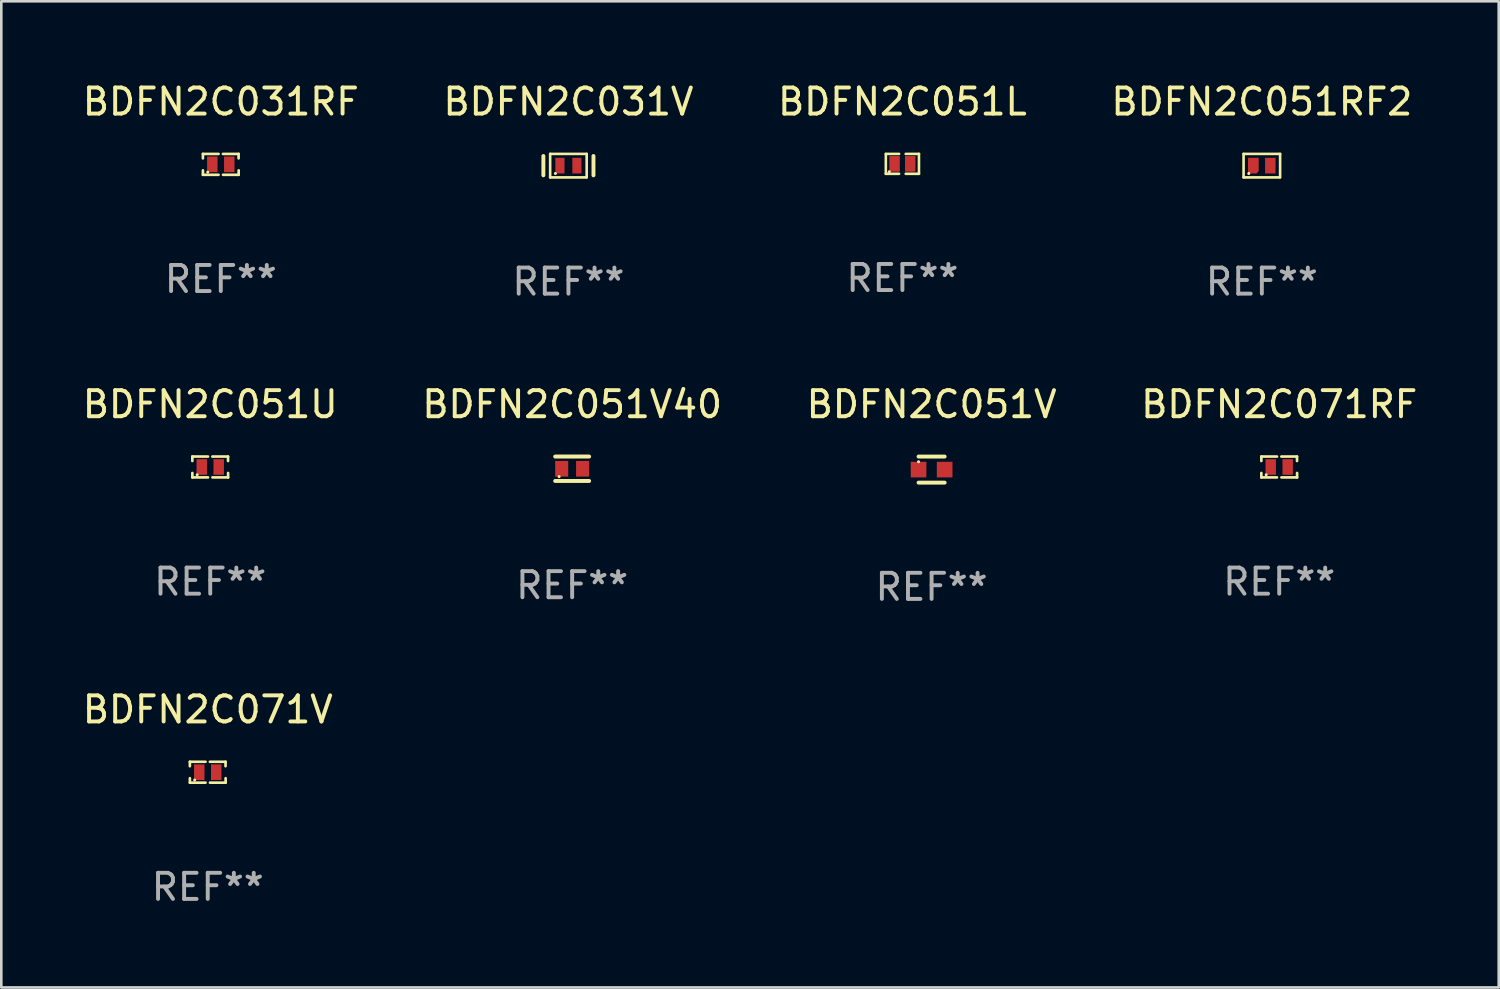
<source format=kicad_pcb>
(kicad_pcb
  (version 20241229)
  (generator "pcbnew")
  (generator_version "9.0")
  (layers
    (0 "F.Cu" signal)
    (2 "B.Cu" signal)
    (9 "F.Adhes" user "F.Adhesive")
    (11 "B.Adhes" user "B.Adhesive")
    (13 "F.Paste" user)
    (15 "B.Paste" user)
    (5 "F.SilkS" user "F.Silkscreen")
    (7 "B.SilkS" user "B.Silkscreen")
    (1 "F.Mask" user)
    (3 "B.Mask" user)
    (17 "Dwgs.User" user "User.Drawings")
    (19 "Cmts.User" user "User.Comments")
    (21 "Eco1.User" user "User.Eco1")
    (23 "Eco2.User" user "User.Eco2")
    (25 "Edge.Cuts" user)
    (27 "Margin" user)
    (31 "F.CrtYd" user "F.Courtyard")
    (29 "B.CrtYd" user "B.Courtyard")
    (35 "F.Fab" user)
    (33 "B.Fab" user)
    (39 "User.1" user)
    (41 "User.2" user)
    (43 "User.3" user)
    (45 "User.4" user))
  (footprint "BDFN2C051V"
    (layer "F.Cu")
    (at 32.649 14.945)
    (property "Reference" "BDFN2C051V" (at 0 -2.5 0) (layer "F.SilkS") (effects (font (size 1 1) (thickness 0.15))))
    (attr through_hole)
    (fp_line (start -0.5 -0.5) (end 0.5 -0.5) (stroke (width 0.15) (type solid)) (layer "F.SilkS"))
    (fp_line (start -0.5 0.5) (end 0.5 0.5) (stroke (width 0.15) (type solid)) (layer "F.SilkS"))
    (fp_circle (center -0.5 -0.3) (end -0.47 -0.3) (stroke (width 0.06) (type solid)) (fill no) (layer "F.SilkS"))
    (fp_text user "REF**" (at 0 4.5 0) (layer "F.Fab") (effects (font (size 1 1) (thickness 0.15))))
    (pad "1" smd rect (at -0.5 0) (size 0.6 0.6) (layers "F.Cu" "F.Mask" "F.Paste"))
    (pad "2" smd rect (at 0.5 0) (size 0.6 0.6) (layers "F.Cu" "F.Mask" "F.Paste")))
  (footprint "BDFN2C071V"
    (layer "F.Cu")
    (at 4.911 26.541)
    (property "Reference" "BDFN2C071V" (at 0 -2.4 0) (layer "F.SilkS") (effects (font (size 1 1) (thickness 0.15))))
    (attr through_hole)
    (fp_line (start -0.685 -0.4) (end -0.685 -0.23) (stroke (width 0.102) (type solid)) (layer "F.SilkS"))
    (fp_line (start -0.685 0.4) (end -0.685 0.23) (stroke (width 0.102) (type solid)) (layer "F.SilkS"))
    (fp_line (start -0.085 -0.4) (end -0.685 -0.4) (stroke (width 0.102) (type solid)) (layer "F.SilkS"))
    (fp_line (start -0.085 0.4) (end -0.685 0.4) (stroke (width 0.102) (type solid)) (layer "F.SilkS"))
    (fp_line (start 0.082 -0.4) (end 0.682 -0.4) (stroke (width 0.102) (type solid)) (layer "F.SilkS"))
    (fp_line (start 0.085 0.4) (end 0.685 0.4) (stroke (width 0.102) (type solid)) (layer "F.SilkS"))
    (fp_line (start 0.682 -0.4) (end 0.682 -0.23) (stroke (width 0.102) (type solid)) (layer "F.SilkS"))
    (fp_line (start 0.685 0.4) (end 0.685 0.23) (stroke (width 0.102) (type solid)) (layer "F.SilkS"))
    (fp_circle (center -0.5 0.3) (end -0.47 0.3) (stroke (width 0.06) (type solid)) (fill no) (layer "F.SilkS"))
    (fp_text user "REF**" (at 0 4.4 0) (layer "F.Fab") (effects (font (size 1 1) (thickness 0.15))))
    (pad "1" smd rect (at -0.325 0) (size 0.4 0.6) (layers "F.Cu" "F.Mask" "F.Paste"))
    (pad "2" smd rect (at 0.325 0) (size 0.4 0.6) (layers "F.Cu" "F.Mask" "F.Paste")))
  (footprint "BDFN2C031V"
    (layer "F.Cu")
    (at 18.732 3.298)
    (property "Reference" "BDFN2C031V" (at 0 -2.45 0) (layer "F.SilkS") (effects (font (size 1 1) (thickness 0.15))))
    (attr through_hole)
    (fp_line (start -0.96 0.37) (end -0.96 -0.37) (stroke (width 0.15) (type solid)) (layer "F.SilkS"))
    (fp_line (start -0.7 -0.45) (end -0.7 0.45) (stroke (width 0.1) (type solid)) (layer "F.SilkS"))
    (fp_line (start -0.7 -0.45) (end 0.7 -0.45) (stroke (width 0.1) (type solid)) (layer "F.SilkS"))
    (fp_line (start -0.7 0.45) (end 0.69 0.45) (stroke (width 0.1) (type solid)) (layer "F.SilkS"))
    (fp_line (start 0.7 -0.45) (end 0.7 0.45) (stroke (width 0.1) (type solid)) (layer "F.SilkS"))
    (fp_line (start 0.96 -0.37) (end 0.96 0.37) (stroke (width 0.15) (type solid)) (layer "F.SilkS"))
    (fp_circle (center -0.5 0.3) (end -0.47 0.3) (stroke (width 0.06) (type solid)) (fill no) (layer "F.SilkS"))
    (fp_text user "REF**" (at 0 4.45 0) (layer "F.Fab") (effects (font (size 1 1) (thickness 0.15))))
    (pad "1" smd rect (at -0.325 -0.000025 90) (size 0.6 0.35) (layers "F.Cu" "F.Mask" "F.Paste"))
    (pad "2" smd rect (at 0.325 -0.000025 90) (size 0.6 0.35) (layers "F.Cu" "F.Mask" "F.Paste")))
  (footprint "BDFN2C051V40"
    (layer "F.Cu")
    (at 18.875 14.913)
    (property "Reference" "BDFN2C051V40" (at 0 -2.468 0) (layer "F.SilkS") (effects (font (size 1 1) (thickness 0.15))))
    (attr through_hole)
    (fp_line (start -0.65 -0.468) (end 0.65 -0.468) (stroke (width 0.152) (type solid)) (layer "F.SilkS"))
    (fp_line (start 0.65 0.468) (end -0.65 0.468) (stroke (width 0.152) (type solid)) (layer "F.SilkS"))
    (fp_circle (center -0.5 0.3) (end -0.47 0.3) (stroke (width 0.06) (type solid)) (fill no) (layer "F.SilkS"))
    (fp_text user "REF**" (at 0 4.468 0) (layer "F.Fab") (effects (font (size 1 1) (thickness 0.15))))
    (pad "1" smd rect (at -0.4 0) (size 0.5 0.6) (layers "F.Cu" "F.Mask" "F.Paste"))
    (pad "2" smd rect (at 0.4 0) (size 0.5 0.6) (layers "F.Cu" "F.Mask" "F.Paste")))
  (footprint "BDFN2C051L"
    (layer "F.Cu")
    (at 31.53 3.229)
    (property "Reference" "BDFN2C051L" (at 0 -2.381 0) (layer "F.SilkS") (effects (font (size 1 1) (thickness 0.15))))
    (attr through_hole)
    (fp_line (start -0.635 -0.381) (end -0.635 0.381) (stroke (width 0.1) (type solid)) (layer "F.SilkS"))
    (fp_line (start -0.635 0.381) (end -0.127 0.381) (stroke (width 0.1) (type solid)) (layer "F.SilkS"))
    (fp_line (start -0.127 -0.381) (end -0.635 -0.381) (stroke (width 0.1) (type solid)) (layer "F.SilkS"))
    (fp_line (start 0.127 0.381) (end 0.635 0.381) (stroke (width 0.1) (type solid)) (layer "F.SilkS"))
    (fp_line (start 0.635 -0.381) (end 0.127 -0.381) (stroke (width 0.1) (type solid)) (layer "F.SilkS"))
    (fp_line (start 0.635 0.381) (end 0.635 -0.381) (stroke (width 0.1) (type solid)) (layer "F.SilkS"))
    (fp_circle (center -0.502 0.301) (end -0.472 0.301) (stroke (width 0.06) (type solid)) (fill no) (layer "F.SilkS"))
    (fp_text user "REF**" (at 0 4.381 0) (layer "F.Fab") (effects (font (size 1 1) (thickness 0.15))))
    (pad "1" smd rect (at -0.3 0) (size 0.4 0.6) (layers "F.Cu" "F.Mask" "F.Paste"))
    (pad "2" smd rect (at 0.3 0) (size 0.4 0.6) (layers "F.Cu" "F.Mask" "F.Paste")))
  (footprint "BDFN2C051RF2"
    (layer "F.Cu")
    (at 45.304 3.298)
    (property "Reference" "BDFN2C051RF2" (at 0 -2.45 0) (layer "F.SilkS") (effects (font (size 1 1) (thickness 0.15))))
    (attr through_hole)
    (fp_line (start -0.7 -0.45) (end -0.7 0.45) (stroke (width 0.1) (type solid)) (layer "F.SilkS"))
    (fp_line (start -0.7 -0.45) (end 0.7 -0.45) (stroke (width 0.1) (type solid)) (layer "F.SilkS"))
    (fp_line (start -0.7 0.45) (end 0.69 0.45) (stroke (width 0.1) (type solid)) (layer "F.SilkS"))
    (fp_line (start 0.7 -0.45) (end 0.7 0.45) (stroke (width 0.1) (type solid)) (layer "F.SilkS"))
    (fp_circle (center -0.5 0.3) (end -0.47 0.3) (stroke (width 0.06) (type solid)) (fill no) (layer "F.SilkS"))
    (fp_text user "REF**" (at 0 4.45 0) (layer "F.Fab") (effects (font (size 1 1) (thickness 0.15))))
    (pad "1" smd custom (at -0.325 0) (size 0.41 0.6) (layers "F.Cu" "F.Mask" "F.Paste") (options (anchor circle)) (primitives (gr_poly (pts (xy -0.205 -0.3) (xy -0.205 0.3) (xy 0.125 0.3) (xy 0.205 0.2) (xy 0.205 -0.3) (xy -0.205 -0.3)) (width 0) (fill yes))))
    (pad "2" smd rect (at 0.325 0 90) (size 0.6 0.4) (layers "F.Cu" "F.Mask" "F.Paste")))
  (footprint "BDFN2C071RF"
    (layer "F.Cu")
    (at 45.97 14.845)
    (property "Reference" "BDFN2C071RF" (at 0 -2.4 0) (layer "F.SilkS") (effects (font (size 1 1) (thickness 0.15))))
    (attr through_hole)
    (fp_line (start -0.685 -0.4) (end -0.685 -0.23) (stroke (width 0.102) (type solid)) (layer "F.SilkS"))
    (fp_line (start -0.685 0.4) (end -0.685 0.23) (stroke (width 0.102) (type solid)) (layer "F.SilkS"))
    (fp_line (start -0.085 -0.4) (end -0.685 -0.4) (stroke (width 0.102) (type solid)) (layer "F.SilkS"))
    (fp_line (start -0.085 0.4) (end -0.685 0.4) (stroke (width 0.102) (type solid)) (layer "F.SilkS"))
    (fp_line (start 0.082 -0.4) (end 0.682 -0.4) (stroke (width 0.102) (type solid)) (layer "F.SilkS"))
    (fp_line (start 0.085 0.4) (end 0.685 0.4) (stroke (width 0.102) (type solid)) (layer "F.SilkS"))
    (fp_line (start 0.682 -0.4) (end 0.682 -0.23) (stroke (width 0.102) (type solid)) (layer "F.SilkS"))
    (fp_line (start 0.685 0.4) (end 0.685 0.23) (stroke (width 0.102) (type solid)) (layer "F.SilkS"))
    (fp_circle (center -0.5 0.3) (end -0.47 0.3) (stroke (width 0.06) (type solid)) (fill no) (layer "F.SilkS"))
    (fp_text user "REF**" (at 0 4.4 0) (layer "F.Fab") (effects (font (size 1 1) (thickness 0.15))))
    (pad "1" smd rect (at -0.325 0) (size 0.4 0.6) (layers "F.Cu" "F.Mask" "F.Paste"))
    (pad "2" smd rect (at 0.325 0) (size 0.4 0.6) (layers "F.Cu" "F.Mask" "F.Paste")))
  (footprint "BDFN2C051U"
    (layer "F.Cu")
    (at 5.006 14.845)
    (property "Reference" "BDFN2C051U" (at 0 -2.4 0) (layer "F.SilkS") (effects (font (size 1 1) (thickness 0.15))))
    (attr through_hole)
    (fp_line (start -0.685 -0.4) (end -0.685 -0.23) (stroke (width 0.102) (type solid)) (layer "F.SilkS"))
    (fp_line (start -0.685 0.4) (end -0.685 0.23) (stroke (width 0.102) (type solid)) (layer "F.SilkS"))
    (fp_line (start -0.085 -0.4) (end -0.685 -0.4) (stroke (width 0.102) (type solid)) (layer "F.SilkS"))
    (fp_line (start -0.085 0.4) (end -0.685 0.4) (stroke (width 0.102) (type solid)) (layer "F.SilkS"))
    (fp_line (start 0.082 -0.4) (end 0.682 -0.4) (stroke (width 0.102) (type solid)) (layer "F.SilkS"))
    (fp_line (start 0.085 0.4) (end 0.685 0.4) (stroke (width 0.102) (type solid)) (layer "F.SilkS"))
    (fp_line (start 0.682 -0.4) (end 0.682 -0.23) (stroke (width 0.102) (type solid)) (layer "F.SilkS"))
    (fp_line (start 0.685 0.4) (end 0.685 0.23) (stroke (width 0.102) (type solid)) (layer "F.SilkS"))
    (fp_circle (center -0.5 0.3) (end -0.47 0.3) (stroke (width 0.06) (type solid)) (fill no) (layer "F.SilkS"))
    (fp_text user "REF**" (at 0 4.4 0) (layer "F.Fab") (effects (font (size 1 1) (thickness 0.15))))
    (pad "1" smd rect (at -0.325 0) (size 0.4 0.6) (layers "F.Cu" "F.Mask" "F.Paste"))
    (pad "2" smd rect (at 0.325 0) (size 0.4 0.6) (layers "F.Cu" "F.Mask" "F.Paste")))
  (footprint "BDFN2C031RF"
    (layer "F.Cu")
    (at 5.411 3.248)
    (property "Reference" "BDFN2C031RF" (at 0 -2.4 0) (layer "F.SilkS") (effects (font (size 1 1) (thickness 0.15))))
    (attr through_hole)
    (fp_line (start -0.685 -0.4) (end -0.685 -0.23) (stroke (width 0.102) (type solid)) (layer "F.SilkS"))
    (fp_line (start -0.685 0.4) (end -0.685 0.23) (stroke (width 0.102) (type solid)) (layer "F.SilkS"))
    (fp_line (start -0.085 -0.4) (end -0.685 -0.4) (stroke (width 0.102) (type solid)) (layer "F.SilkS"))
    (fp_line (start -0.085 0.4) (end -0.685 0.4) (stroke (width 0.102) (type solid)) (layer "F.SilkS"))
    (fp_line (start 0.082 -0.4) (end 0.682 -0.4) (stroke (width 0.102) (type solid)) (layer "F.SilkS"))
    (fp_line (start 0.085 0.4) (end 0.685 0.4) (stroke (width 0.102) (type solid)) (layer "F.SilkS"))
    (fp_line (start 0.682 -0.4) (end 0.682 -0.23) (stroke (width 0.102) (type solid)) (layer "F.SilkS"))
    (fp_line (start 0.685 0.4) (end 0.685 0.23) (stroke (width 0.102) (type solid)) (layer "F.SilkS"))
    (fp_circle (center -0.5 0.3) (end -0.47 0.3) (stroke (width 0.06) (type solid)) (fill no) (layer "F.SilkS"))
    (fp_text user "REF**" (at 0 4.4 0) (layer "F.Fab") (effects (font (size 1 1) (thickness 0.15))))
    (pad "1" smd rect (at -0.325 0) (size 0.4 0.6) (layers "F.Cu" "F.Mask" "F.Paste"))
    (pad "2" smd rect (at 0.325 0) (size 0.4 0.6) (layers "F.Cu" "F.Mask" "F.Paste")))
  (gr_rect
    (start -3 -3)
    (end 54.381 34.79)
    (stroke (width 0.1) (type default))
    (fill no)
    (layer "Edge.Cuts")))
</source>
